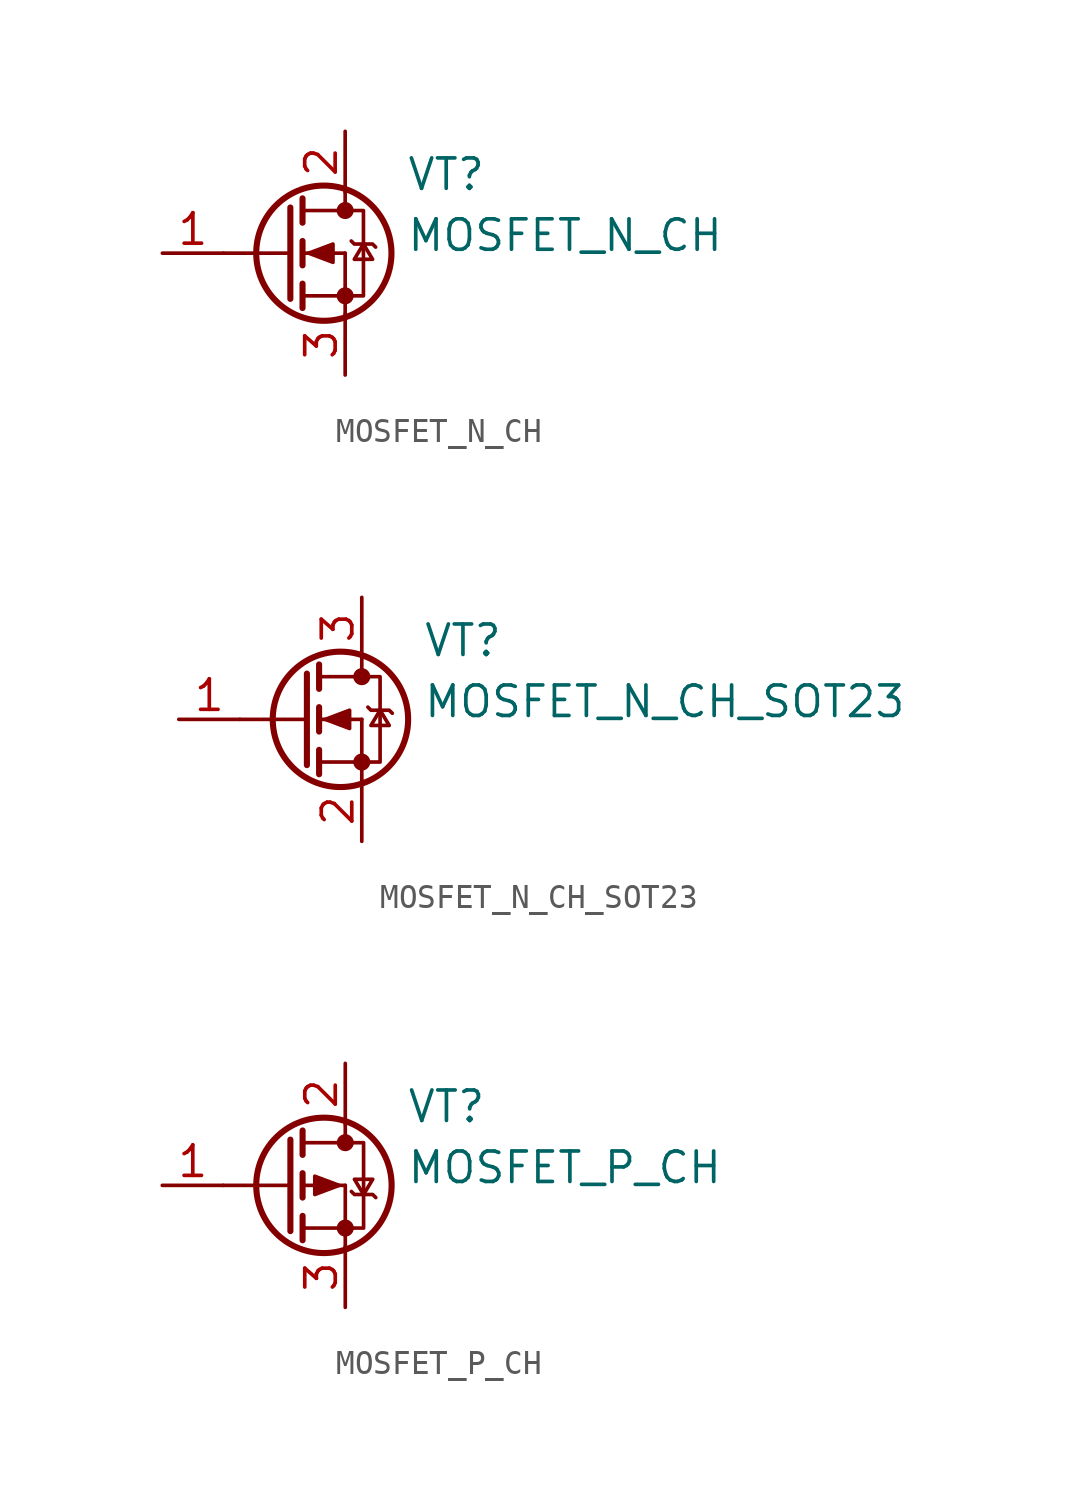
<source format=kicad_sym>
(kicad_symbol_lib
  (version 20220914)
  (generator kicad_symbol_editor)
  (symbol "MOSFET_N_CH"
    (pin_names
      (offset 1.016) hide)
    (property "Reference" "VT"
      (at 10.16 2.54 0)
      (effects (font (size 1.27 1.27)) (justify left bottom)))
    (property "Value" "MOSFET_N_CH"
      (at 10.16 0 0)
      (effects (font (size 1.27 1.27)) (justify left bottom)))
    (symbol "MOSFET_N_CH_1_1"
      (polyline (pts (xy 2.54 0) (xy 5.334 0)) (stroke (width 0) (type solid)) (fill (type none)))
      (polyline (pts (xy 5.842 -1.778) (xy 7.62 -1.778)) (stroke (width 0) (type solid)) (fill (type none)))
      (polyline (pts (xy 5.842 -1.27) (xy 5.842 -2.286)) (stroke (width 0.254) (type solid)) (fill (type none)))
      (polyline (pts (xy 5.842 0) (xy 7.62 0)) (stroke (width 0) (type solid)) (fill (type none)))
      (polyline (pts (xy 5.842 0.508) (xy 5.842 -0.508)) (stroke (width 0.254) (type solid)) (fill (type none)))
      (polyline (pts (xy 5.842 1.778) (xy 7.62 1.778)) (stroke (width 0) (type solid)) (fill (type none)))
      (polyline (pts (xy 5.842 2.286) (xy 5.842 1.27)) (stroke (width 0.254) (type solid)) (fill (type none)))
      (polyline (pts (xy 7.62 -1.778) (xy 7.62 -2.54)) (stroke (width 0) (type solid)) (fill (type none)))
      (polyline (pts (xy 7.62 -1.778) (xy 7.62 0)) (stroke (width 0) (type solid)) (fill (type none)))
      (polyline (pts (xy 7.62 2.54) (xy 7.62 1.778)) (stroke (width 0) (type solid)) (fill (type none)))
      (polyline (pts (xy 5.334 1.905) (xy 5.334 -1.905) (xy 5.334 -1.905)) (stroke (width 0.254) (type solid)) (fill (type none)))
      (polyline (pts (xy 6.096 0) (xy 7.112 0.381) (xy 7.112 -0.381) (xy 6.096 0)) (stroke (width 0) (type solid)) (fill (type outline)))
      (polyline (pts (xy 7.62 -1.778) (xy 8.382 -1.778) (xy 8.382 1.778) (xy 7.62 1.778)) (stroke (width 0) (type solid)) (fill (type none)))
      (polyline (pts (xy 7.874 0.508) (xy 8.001 0.381) (xy 8.763 0.381) (xy 8.89 0.254)) (stroke (width 0) (type solid)) (fill (type none)))
      (polyline (pts (xy 8.382 0.381) (xy 8.001 -0.254) (xy 8.763 -0.254) (xy 8.382 0.381)) (stroke (width 0) (type solid)) (fill (type none)))
      (circle (center 6.731 0) (radius 2.819) (stroke (width 0.254) (type solid)) (fill (type none)))
      (circle (center 7.62 -1.778) (radius 0.279) (stroke (width 0) (type solid)) (fill (type outline)))
      (circle (center 7.62 1.778) (radius 0.279) (stroke (width 0) (type solid)) (fill (type outline)))
      (pin input line (at 0 0 0) (length 2.54) (name "G" (effects (font (size 1.27 1.27)))) (number "1" (effects (font (size 1.27 1.27)))))
      (pin passive line (at 7.62 5.08 270) (length 2.54) (name "D" (effects (font (size 1.27 1.27)))) (number "2" (effects (font (size 1.27 1.27)))))
      (pin passive line (at 7.62 -5.08 90) (length 2.54) (name "S" (effects (font (size 1.27 1.27)))) (number "3" (effects (font (size 1.27 1.27)))))))
  (symbol "MOSFET_N_CH_SOT23"
    (pin_names
      (offset 1.016) hide)
    (property "Reference" "VT"
      (at 10.16 2.54 0)
      (effects (font (size 1.27 1.27)) (justify left bottom)))
    (property "Value" "MOSFET_N_CH_SOT23"
      (at 10.16 0 0)
      (effects (font (size 1.27 1.27)) (justify left bottom)))
    (symbol "MOSFET_N_CH_SOT23_1_1"
      (polyline (pts (xy 2.54 0) (xy 5.334 0)) (stroke (width 0) (type solid)) (fill (type none)))
      (polyline (pts (xy 5.842 -1.778) (xy 7.62 -1.778)) (stroke (width 0) (type solid)) (fill (type none)))
      (polyline (pts (xy 5.842 -1.27) (xy 5.842 -2.286)) (stroke (width 0.254) (type solid)) (fill (type none)))
      (polyline (pts (xy 5.842 0) (xy 7.62 0)) (stroke (width 0) (type solid)) (fill (type none)))
      (polyline (pts (xy 5.842 0.508) (xy 5.842 -0.508)) (stroke (width 0.254) (type solid)) (fill (type none)))
      (polyline (pts (xy 5.842 1.778) (xy 7.62 1.778)) (stroke (width 0) (type solid)) (fill (type none)))
      (polyline (pts (xy 5.842 2.286) (xy 5.842 1.27)) (stroke (width 0.254) (type solid)) (fill (type none)))
      (polyline (pts (xy 7.62 -1.778) (xy 7.62 -2.54)) (stroke (width 0) (type solid)) (fill (type none)))
      (polyline (pts (xy 7.62 -1.778) (xy 7.62 0)) (stroke (width 0) (type solid)) (fill (type none)))
      (polyline (pts (xy 7.62 2.54) (xy 7.62 1.778)) (stroke (width 0) (type solid)) (fill (type none)))
      (polyline (pts (xy 5.334 1.905) (xy 5.334 -1.905) (xy 5.334 -1.905)) (stroke (width 0.254) (type solid)) (fill (type none)))
      (polyline (pts (xy 6.096 0) (xy 7.112 0.381) (xy 7.112 -0.381) (xy 6.096 0)) (stroke (width 0) (type solid)) (fill (type outline)))
      (polyline (pts (xy 7.62 -1.778) (xy 8.382 -1.778) (xy 8.382 1.778) (xy 7.62 1.778)) (stroke (width 0) (type solid)) (fill (type none)))
      (polyline (pts (xy 7.874 0.508) (xy 8.001 0.381) (xy 8.763 0.381) (xy 8.89 0.254)) (stroke (width 0) (type solid)) (fill (type none)))
      (polyline (pts (xy 8.382 0.381) (xy 8.001 -0.254) (xy 8.763 -0.254) (xy 8.382 0.381)) (stroke (width 0) (type solid)) (fill (type none)))
      (circle (center 6.731 0) (radius 2.819) (stroke (width 0.254) (type solid)) (fill (type none)))
      (circle (center 7.62 -1.778) (radius 0.279) (stroke (width 0) (type solid)) (fill (type outline)))
      (circle (center 7.62 1.778) (radius 0.279) (stroke (width 0) (type solid)) (fill (type outline)))
      (pin input line (at 0 0 0) (length 2.54) (name "G" (effects (font (size 1.27 1.27)))) (number "1" (effects (font (size 1.27 1.27)))))
      (pin passive line (at 7.62 -5.08 90) (length 2.54) (name "S" (effects (font (size 1.27 1.27)))) (number "2" (effects (font (size 1.27 1.27)))))
      (pin passive line (at 7.62 5.08 270) (length 2.54) (name "D" (effects (font (size 1.27 1.27)))) (number "3" (effects (font (size 1.27 1.27)))))))
  (symbol "MOSFET_P_CH"
    (pin_names
      (offset 1.016) hide)
    (property "Reference" "VT"
      (at 10.16 2.54 0)
      (effects (font (size 1.27 1.27)) (justify left bottom)))
    (property "Value" "MOSFET_P_CH"
      (at 10.16 0 0)
      (effects (font (size 1.27 1.27)) (justify left bottom)))
    (symbol "MOSFET_P_CH_1_1"
      (polyline (pts (xy 2.54 0) (xy 5.334 0)) (stroke (width 0) (type solid)) (fill (type none)))
      (polyline (pts (xy 5.842 -1.778) (xy 7.62 -1.778)) (stroke (width 0) (type solid)) (fill (type none)))
      (polyline (pts (xy 5.842 -1.27) (xy 5.842 -2.286)) (stroke (width 0.254) (type solid)) (fill (type none)))
      (polyline (pts (xy 5.842 0) (xy 7.62 0)) (stroke (width 0) (type solid)) (fill (type none)))
      (polyline (pts (xy 5.842 0.508) (xy 5.842 -0.508)) (stroke (width 0.254) (type solid)) (fill (type none)))
      (polyline (pts (xy 5.842 1.778) (xy 7.62 1.778)) (stroke (width 0) (type solid)) (fill (type none)))
      (polyline (pts (xy 5.842 2.286) (xy 5.842 1.27)) (stroke (width 0.254) (type solid)) (fill (type none)))
      (polyline (pts (xy 7.62 -1.778) (xy 7.62 -2.54)) (stroke (width 0) (type solid)) (fill (type none)))
      (polyline (pts (xy 7.62 -1.778) (xy 7.62 0)) (stroke (width 0) (type solid)) (fill (type none)))
      (polyline (pts (xy 7.62 2.54) (xy 7.62 1.778)) (stroke (width 0) (type solid)) (fill (type none)))
      (polyline (pts (xy 5.334 1.905) (xy 5.334 -1.905) (xy 5.334 -1.905)) (stroke (width 0.254) (type solid)) (fill (type none)))
      (polyline (pts (xy 7.366 0) (xy 6.35 -0.381) (xy 6.35 0.381) (xy 7.366 0)) (stroke (width 0) (type solid)) (fill (type outline)))
      (polyline (pts (xy 7.62 -1.778) (xy 8.382 -1.778) (xy 8.382 1.778) (xy 7.62 1.778)) (stroke (width 0) (type solid)) (fill (type none)))
      (polyline (pts (xy 8.382 -0.381) (xy 8.763 0.254) (xy 8.001 0.254) (xy 8.382 -0.381)) (stroke (width 0) (type solid)) (fill (type none)))
      (polyline (pts (xy 8.89 -0.508) (xy 8.763 -0.381) (xy 8.001 -0.381) (xy 7.874 -0.254)) (stroke (width 0) (type solid)) (fill (type none)))
      (circle (center 6.731 0) (radius 2.819) (stroke (width 0.254) (type solid)) (fill (type none)))
      (circle (center 7.62 -1.778) (radius 0.279) (stroke (width 0) (type solid)) (fill (type outline)))
      (circle (center 7.62 1.778) (radius 0.279) (stroke (width 0) (type solid)) (fill (type outline)))
      (pin input line (at 0 0 0) (length 2.54) (name "G" (effects (font (size 1.27 1.27)))) (number "1" (effects (font (size 1.27 1.27)))))
      (pin passive line (at 7.62 5.08 270) (length 2.54) (name "D" (effects (font (size 1.27 1.27)))) (number "2" (effects (font (size 1.27 1.27)))))
      (pin passive line (at 7.62 -5.08 90) (length 2.54) (name "S" (effects (font (size 1.27 1.27)))) (number "3" (effects (font (size 1.27 1.27))))))))
</source>
